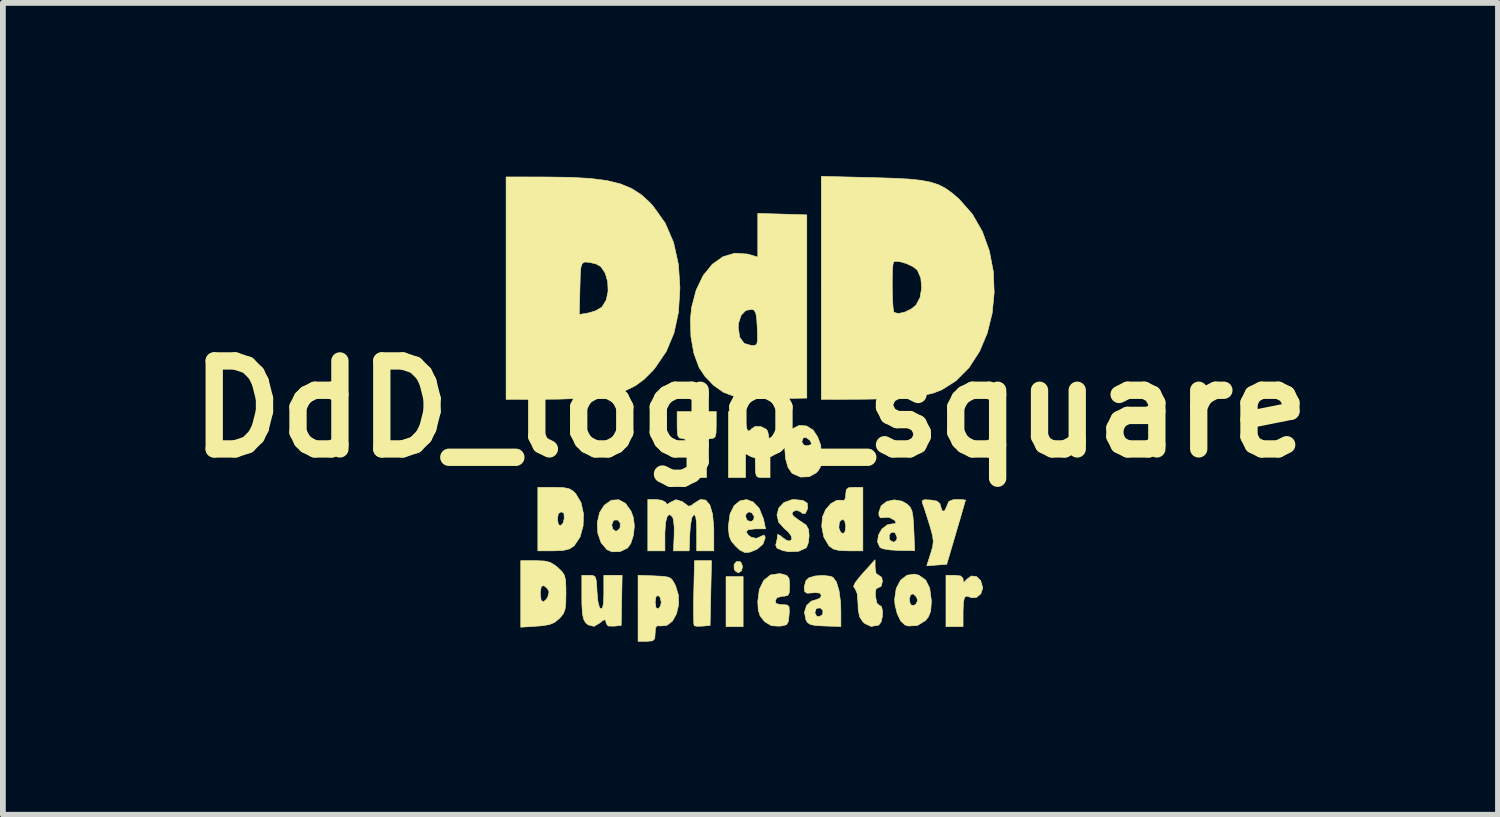
<source format=kicad_pcb>
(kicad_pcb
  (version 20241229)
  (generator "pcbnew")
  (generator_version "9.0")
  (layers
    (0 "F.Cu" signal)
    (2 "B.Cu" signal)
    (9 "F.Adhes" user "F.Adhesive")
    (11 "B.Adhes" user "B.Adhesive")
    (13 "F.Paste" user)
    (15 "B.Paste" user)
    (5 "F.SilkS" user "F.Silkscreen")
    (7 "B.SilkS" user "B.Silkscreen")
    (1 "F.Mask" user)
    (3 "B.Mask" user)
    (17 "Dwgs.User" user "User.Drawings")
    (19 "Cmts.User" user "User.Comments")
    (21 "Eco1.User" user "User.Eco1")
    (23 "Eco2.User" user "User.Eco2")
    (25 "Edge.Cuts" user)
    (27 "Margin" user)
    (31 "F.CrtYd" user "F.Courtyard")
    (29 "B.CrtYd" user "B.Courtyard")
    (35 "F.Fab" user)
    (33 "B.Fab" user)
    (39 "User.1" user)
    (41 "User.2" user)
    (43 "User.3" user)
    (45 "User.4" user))
  (footprint "DdD_logo_square"
    (layer "F.Cu")
    (at 9.95 4.037)
    (property "Reference" "DdD_logo_square" (at 0 0 0) (layer "F.SilkS") (effects (font (size 1.524 1.524) (thickness 0.3))))
    (attr through_hole)
    (fp_poly (pts (xy -0.127 3.768) (xy -0.423 3.768) (xy -0.423 2.9) (xy -0.127 2.9) (xy -0.127 3.768)) (stroke (width 0.01) (type solid)) (fill yes) (layer "F.SilkS"))
    (fp_poly (pts (xy -0.181 2.642) (xy -0.164 2.656) (xy -0.137 2.725) (xy -0.155 2.8) (xy -0.208 2.836) (xy -0.212 2.836) (xy -0.264 2.802) (xy -0.282 2.77) (xy -0.284 2.692) (xy -0.242 2.641) (xy -0.181 2.642)) (stroke (width 0.01) (type solid)) (fill yes) (layer "F.SilkS"))
    (fp_poly (pts (xy -0.687 3.186) (xy -0.699 3.747) (xy -0.827 3.759) (xy -0.924 3.762) (xy -0.975 3.752) (xy -0.982 3.705) (xy -0.985 3.589) (xy -0.986 3.422) (xy -0.983 3.219) (xy -0.982 3.179) (xy -0.969 2.625) (xy -0.675 2.625) (xy -0.687 3.186)) (stroke (width 0.01) (type solid)) (fill yes) (layer "F.SilkS"))
    (fp_poly (pts (xy -0.593 0.275) (xy -0.596 0.41) (xy -0.612 0.48) (xy -0.648 0.506) (xy -0.677 0.508) (xy -0.72 0.515) (xy -0.745 0.548) (xy -0.757 0.623) (xy -0.762 0.757) (xy -0.762 0.847) (xy -0.762 1.185) (xy -1.101 1.185) (xy -1.101 0.847) (xy -1.102 0.678) (xy -1.111 0.577) (xy -1.129 0.526) (xy -1.163 0.509) (xy -1.185 0.508) (xy -1.234 0.498) (xy -1.26 0.454) (xy -1.269 0.357) (xy -1.27 0.275) (xy -1.27 0.042) (xy -0.593 0.042) (xy -0.593 0.275)) (stroke (width 0.01) (type solid)) (fill yes) (layer "F.SilkS"))
    (fp_poly (pts (xy 3.64 2.89) (xy 3.681 2.93) (xy 3.684 2.953) (xy 3.69 3.004) (xy 3.716 2.986) (xy 3.742 2.953) (xy 3.827 2.891) (xy 3.915 2.9) (xy 3.986 2.967) (xy 4.021 3.083) (xy 4.022 3.106) (xy 3.99 3.2) (xy 3.915 3.262) (xy 3.827 3.268) (xy 3.813 3.261) (xy 3.748 3.238) (xy 3.708 3.262) (xy 3.689 3.345) (xy 3.683 3.5) (xy 3.683 3.521) (xy 3.683 3.768) (xy 3.387 3.768) (xy 3.387 2.879) (xy 3.535 2.879) (xy 3.64 2.89)) (stroke (width 0.01) (type solid)) (fill yes) (layer "F.SilkS"))
    (fp_poly (pts (xy -3.249 1.359) (xy -3.148 1.376) (xy -3.078 1.416) (xy -3.027 1.465) (xy -2.935 1.62) (xy -2.892 1.815) (xy -2.899 2.023) (xy -2.952 2.216) (xy -3.053 2.366) (xy -3.058 2.371) (xy -3.134 2.421) (xy -3.241 2.447) (xy -3.405 2.455) (xy -3.416 2.455) (xy -3.683 2.455) (xy -3.683 1.909) (xy -3.344 1.909) (xy -3.327 2) (xy -3.287 2.021) (xy -3.246 1.974) (xy -3.225 1.891) (xy -3.231 1.803) (xy -3.278 1.778) (xy -3.329 1.811) (xy -3.344 1.909) (xy -3.683 1.909) (xy -3.683 1.355) (xy -3.406 1.355) (xy -3.249 1.359)) (stroke (width 0.01) (type solid)) (fill yes) (layer "F.SilkS"))
    (fp_poly (pts (xy -2.164 1.634) (xy -2.07 1.766) (xy -2.028 1.878) (xy -2.011 2.026) (xy -2.028 2.187) (xy -2.073 2.327) (xy -2.128 2.405) (xy -2.257 2.468) (xy -2.397 2.472) (xy -2.484 2.436) (xy -2.587 2.315) (xy -2.644 2.15) (xy -2.651 2.006) (xy -2.403 2.006) (xy -2.385 2.08) (xy -2.332 2.117) (xy -2.328 2.117) (xy -2.276 2.083) (xy -2.258 2.05) (xy -2.256 1.972) (xy -2.298 1.921) (xy -2.359 1.922) (xy -2.376 1.936) (xy -2.403 2.006) (xy -2.651 2.006) (xy -2.653 1.966) (xy -2.613 1.792) (xy -2.534 1.666) (xy -2.409 1.579) (xy -2.281 1.57) (xy -2.164 1.634)) (stroke (width 0.01) (type solid)) (fill yes) (layer "F.SilkS"))
    (fp_poly (pts (xy 2.919 2.878) (xy 3.036 2.962) (xy 3.105 3.101) (xy 3.132 3.306) (xy 3.133 3.348) (xy 3.122 3.497) (xy 3.083 3.599) (xy 3.029 3.664) (xy 2.89 3.75) (xy 2.733 3.757) (xy 2.677 3.739) (xy 2.603 3.671) (xy 2.542 3.544) (xy 2.504 3.388) (xy 2.498 3.297) (xy 2.752 3.297) (xy 2.771 3.387) (xy 2.824 3.405) (xy 2.863 3.382) (xy 2.897 3.319) (xy 2.876 3.254) (xy 2.82 3.199) (xy 2.771 3.218) (xy 2.752 3.297) (xy 2.498 3.297) (xy 2.498 3.292) (xy 2.525 3.107) (xy 2.6 2.965) (xy 2.71 2.878) (xy 2.843 2.858) (xy 2.919 2.878)) (stroke (width 0.01) (type solid)) (fill yes) (layer "F.SilkS"))
    (fp_poly (pts (xy -2.231 3.313) (xy -2.239 3.747) (xy -2.368 3.76) (xy -2.464 3.757) (xy -2.497 3.716) (xy -2.498 3.707) (xy -2.512 3.648) (xy -2.561 3.661) (xy -2.61 3.704) (xy -2.71 3.763) (xy -2.811 3.737) (xy -2.854 3.701) (xy -2.889 3.643) (xy -2.91 3.542) (xy -2.92 3.383) (xy -2.921 3.257) (xy -2.921 2.879) (xy -2.796 2.879) (xy -2.729 2.882) (xy -2.691 2.904) (xy -2.672 2.965) (xy -2.662 3.082) (xy -2.658 3.161) (xy -2.643 3.332) (xy -2.616 3.435) (xy -2.593 3.461) (xy -2.564 3.446) (xy -2.547 3.371) (xy -2.54 3.224) (xy -2.54 3.179) (xy -2.54 2.879) (xy -2.223 2.879) (xy -2.231 3.313)) (stroke (width 0.01) (type solid)) (fill yes) (layer "F.SilkS"))
    (fp_poly (pts (xy -1.662 2.889) (xy -1.509 2.897) (xy -1.418 2.912) (xy -1.363 2.947) (xy -1.321 3.013) (xy -1.297 3.061) (xy -1.248 3.223) (xy -1.245 3.39) (xy -1.281 3.545) (xy -1.35 3.67) (xy -1.446 3.745) (xy -1.55 3.756) (xy -1.619 3.753) (xy -1.646 3.794) (xy -1.651 3.879) (xy -1.658 3.975) (xy -1.696 4.014) (xy -1.791 4.022) (xy -1.799 4.022) (xy -1.947 4.022) (xy -1.947 3.344) (xy -1.651 3.344) (xy -1.637 3.441) (xy -1.598 3.461) (xy -1.557 3.41) (xy -1.545 3.344) (xy -1.565 3.261) (xy -1.598 3.228) (xy -1.638 3.25) (xy -1.651 3.344) (xy -1.947 3.344) (xy -1.947 2.878) (xy -1.662 2.889)) (stroke (width 0.01) (type solid)) (fill yes) (layer "F.SilkS"))
    (fp_poly (pts (xy 0.553 2.858) (xy 0.632 2.884) (xy 0.668 2.933) (xy 0.677 3.033) (xy 0.677 3.064) (xy 0.673 3.176) (xy 0.648 3.227) (xy 0.59 3.24) (xy 0.562 3.24) (xy 0.462 3.264) (xy 0.432 3.313) (xy 0.44 3.365) (xy 0.506 3.385) (xy 0.55 3.387) (xy 0.632 3.392) (xy 0.668 3.422) (xy 0.673 3.501) (xy 0.669 3.567) (xy 0.656 3.68) (xy 0.625 3.734) (xy 0.552 3.754) (xy 0.498 3.76) (xy 0.365 3.752) (xy 0.261 3.692) (xy 0.233 3.666) (xy 0.167 3.582) (xy 0.135 3.481) (xy 0.127 3.335) (xy 0.154 3.123) (xy 0.23 2.967) (xy 0.347 2.873) (xy 0.5 2.85) (xy 0.553 2.858)) (stroke (width 0.01) (type solid)) (fill yes) (layer "F.SilkS"))
    (fp_poly (pts (xy 1.947 2.455) (xy 1.695 2.455) (xy 1.539 2.449) (xy 1.439 2.425) (xy 1.368 2.375) (xy 1.357 2.363) (xy 1.271 2.217) (xy 1.24 2.058) (xy 1.531 2.058) (xy 1.562 2.134) (xy 1.607 2.159) (xy 1.638 2.122) (xy 1.651 2.034) (xy 1.651 2.032) (xy 1.634 1.938) (xy 1.595 1.905) (xy 1.55 1.944) (xy 1.539 1.968) (xy 1.531 2.058) (xy 1.24 2.058) (xy 1.235 2.032) (xy 1.247 1.871) (xy 1.302 1.742) (xy 1.392 1.638) (xy 1.495 1.58) (xy 1.564 1.578) (xy 1.626 1.581) (xy 1.649 1.529) (xy 1.651 1.478) (xy 1.66 1.395) (xy 1.703 1.361) (xy 1.799 1.355) (xy 1.947 1.355) (xy 1.947 2.455)) (stroke (width 0.01) (type solid)) (fill yes) (layer "F.SilkS"))
    (fp_poly (pts (xy 2.159 2.744) (xy 2.176 2.848) (xy 2.223 2.879) (xy 2.274 2.915) (xy 2.286 2.985) (xy 2.263 3.071) (xy 2.22 3.09) (xy 2.176 3.112) (xy 2.164 3.188) (xy 2.167 3.249) (xy 2.189 3.359) (xy 2.228 3.398) (xy 2.233 3.397) (xy 2.271 3.423) (xy 2.288 3.501) (xy 2.284 3.599) (xy 2.262 3.69) (xy 2.221 3.741) (xy 2.219 3.742) (xy 2.09 3.765) (xy 1.981 3.714) (xy 1.947 3.683) (xy 1.892 3.601) (xy 1.867 3.48) (xy 1.863 3.368) (xy 1.851 3.201) (xy 1.815 3.112) (xy 1.804 3.103) (xy 1.786 3.07) (xy 1.814 3.007) (xy 1.895 2.904) (xy 1.952 2.839) (xy 2.159 2.609) (xy 2.159 2.744)) (stroke (width 0.01) (type solid)) (fill yes) (layer "F.SilkS"))
    (fp_poly (pts (xy -3.572 2.631) (xy -3.468 2.655) (xy -3.38 2.71) (xy -3.334 2.748) (xy -3.264 2.816) (xy -3.223 2.879) (xy -3.203 2.963) (xy -3.197 3.093) (xy -3.196 3.192) (xy -3.199 3.36) (xy -3.212 3.469) (xy -3.241 3.544) (xy -3.294 3.61) (xy -3.311 3.627) (xy -3.392 3.694) (xy -3.486 3.733) (xy -3.621 3.754) (xy -3.703 3.76) (xy -3.979 3.778) (xy -3.979 3.196) (xy -3.641 3.196) (xy -3.627 3.307) (xy -3.589 3.341) (xy -3.535 3.295) (xy -3.512 3.257) (xy -3.488 3.167) (xy -3.516 3.109) (xy -3.583 3.053) (xy -3.625 3.077) (xy -3.641 3.182) (xy -3.641 3.196) (xy -3.979 3.196) (xy -3.979 2.625) (xy -3.726 2.625) (xy -3.572 2.631)) (stroke (width 0.01) (type solid)) (fill yes) (layer "F.SilkS"))
    (fp_poly (pts (xy 3.675 1.569) (xy 3.724 1.576) (xy 3.725 1.577) (xy 3.713 1.619) (xy 3.682 1.727) (xy 3.636 1.886) (xy 3.578 2.081) (xy 3.562 2.138) (xy 3.4 2.688) (xy 3.054 2.714) (xy 3.122 2.502) (xy 3.156 2.385) (xy 3.167 2.293) (xy 3.155 2.194) (xy 3.118 2.056) (xy 3.102 2.003) (xy 3.053 1.847) (xy 3.011 1.716) (xy 2.983 1.638) (xy 2.983 1.638) (xy 2.973 1.589) (xy 3.01 1.57) (xy 3.112 1.574) (xy 3.116 1.574) (xy 3.229 1.593) (xy 3.281 1.635) (xy 3.294 1.683) (xy 3.322 1.764) (xy 3.361 1.765) (xy 3.4 1.688) (xy 3.404 1.672) (xy 3.438 1.599) (xy 3.509 1.57) (xy 3.578 1.566) (xy 3.675 1.569)) (stroke (width 0.01) (type solid)) (fill yes) (layer "F.SilkS"))
    (fp_poly (pts (xy -0.138 0.047) (xy -0.096 0.079) (xy -0.085 0.162) (xy -0.085 0.212) (xy -0.072 0.329) (xy -0.039 0.381) (xy 0.007 0.359) (xy 0.021 0.339) (xy 0.088 0.299) (xy 0.184 0.304) (xy 0.27 0.347) (xy 0.295 0.378) (xy 0.315 0.457) (xy 0.33 0.595) (xy 0.338 0.766) (xy 0.339 0.823) (xy 0.339 1.185) (xy 0.212 1.185) (xy 0.141 1.182) (xy 0.103 1.158) (xy 0.088 1.094) (xy 0.085 0.97) (xy 0.085 0.935) (xy 0.078 0.742) (xy 0.057 0.621) (xy 0.016 0.562) (xy -0.026 0.55) (xy -0.057 0.571) (xy -0.076 0.643) (xy -0.084 0.779) (xy -0.085 0.868) (xy -0.085 1.185) (xy -0.381 1.185) (xy -0.381 0.042) (xy -0.233 0.042) (xy -0.138 0.047)) (stroke (width 0.01) (type solid)) (fill yes) (layer "F.SilkS"))
    (fp_poly (pts (xy 0.05 1.611) (xy 0.152 1.721) (xy 0.225 1.9) (xy 0.233 1.937) (xy 0.261 2.074) (xy 0.085 2.074) (xy -0.035 2.088) (xy -0.075 2.126) (xy -0.035 2.185) (xy 0.013 2.219) (xy 0.101 2.24) (xy 0.169 2.211) (xy 0.233 2.181) (xy 0.253 2.21) (xy 0.254 2.237) (xy 0.215 2.34) (xy 0.112 2.428) (xy -0.01 2.478) (xy -0.099 2.484) (xy -0.183 2.442) (xy -0.253 2.378) (xy -0.33 2.289) (xy -0.368 2.198) (xy -0.381 2.071) (xy -0.381 2.02) (xy -0.36 1.863) (xy -0.085 1.863) (xy -0.054 1.932) (xy 0.012 1.947) (xy 0.054 1.922) (xy 0.065 1.863) (xy 0.028 1.801) (xy -0.026 1.778) (xy -0.074 1.813) (xy -0.085 1.863) (xy -0.36 1.863) (xy -0.354 1.817) (xy -0.283 1.672) (xy -0.182 1.589) (xy -0.066 1.567) (xy 0.05 1.611)) (stroke (width 0.01) (type solid)) (fill yes) (layer "F.SilkS"))
    (fp_poly (pts (xy 2.626 1.595) (xy 2.715 1.647) (xy 2.765 1.697) (xy 2.797 1.761) (xy 2.815 1.861) (xy 2.827 2.017) (xy 2.83 2.09) (xy 2.845 2.452) (xy 2.568 2.448) (xy 2.418 2.439) (xy 2.301 2.42) (xy 2.246 2.398) (xy 2.201 2.302) (xy 2.216 2.187) (xy 2.217 2.185) (xy 2.403 2.185) (xy 2.407 2.253) (xy 2.42 2.274) (xy 2.483 2.307) (xy 2.531 2.27) (xy 2.54 2.223) (xy 2.51 2.149) (xy 2.493 2.135) (xy 2.437 2.134) (xy 2.403 2.185) (xy 2.217 2.185) (xy 2.275 2.079) (xy 2.368 2.006) (xy 2.442 1.99) (xy 2.515 1.983) (xy 2.517 1.952) (xy 2.495 1.923) (xy 2.402 1.874) (xy 2.329 1.877) (xy 2.25 1.883) (xy 2.225 1.838) (xy 2.225 1.786) (xy 2.265 1.674) (xy 2.361 1.6) (xy 2.489 1.572) (xy 2.626 1.595)) (stroke (width 0.01) (type solid)) (fill yes) (layer "F.SilkS"))
    (fp_poly (pts (xy 0.969 0.291) (xy 1.086 0.363) (xy 1.166 0.485) (xy 1.218 0.628) (xy 1.221 0.713) (xy 1.173 0.753) (xy 1.082 0.762) (xy 0.978 0.772) (xy 0.916 0.796) (xy 0.913 0.8) (xy 0.917 0.855) (xy 0.979 0.902) (xy 1.07 0.924) (xy 1.122 0.921) (xy 1.206 0.925) (xy 1.226 0.975) (xy 1.18 1.059) (xy 1.143 1.101) (xy 1.018 1.171) (xy 0.87 1.177) (xy 0.73 1.117) (xy 0.719 1.109) (xy 0.651 1.009) (xy 0.608 0.858) (xy 0.595 0.686) (xy 0.61 0.566) (xy 0.888 0.566) (xy 0.925 0.623) (xy 0.974 0.635) (xy 1.042 0.619) (xy 1.058 0.598) (xy 1.031 0.541) (xy 0.972 0.497) (xy 0.92 0.491) (xy 0.917 0.494) (xy 0.888 0.566) (xy 0.61 0.566) (xy 0.615 0.525) (xy 0.633 0.472) (xy 0.721 0.344) (xy 0.84 0.284) (xy 0.969 0.291)) (stroke (width 0.01) (type solid)) (fill yes) (layer "F.SilkS"))
    (fp_poly (pts (xy 1.385 2.896) (xy 1.43 2.914) (xy 1.489 2.995) (xy 1.534 3.144) (xy 1.561 3.344) (xy 1.566 3.502) (xy 1.566 3.766) (xy 1.286 3.757) (xy 1.132 3.749) (xy 1.041 3.732) (xy 0.99 3.699) (xy 0.961 3.651) (xy 0.937 3.526) (xy 1.115 3.526) (xy 1.145 3.585) (xy 1.185 3.598) (xy 1.24 3.567) (xy 1.251 3.552) (xy 1.256 3.488) (xy 1.211 3.444) (xy 1.15 3.45) (xy 1.138 3.459) (xy 1.115 3.526) (xy 0.937 3.526) (xy 0.936 3.519) (xy 0.972 3.402) (xy 1.057 3.325) (xy 1.112 3.31) (xy 1.202 3.278) (xy 1.228 3.231) (xy 1.206 3.188) (xy 1.13 3.179) (xy 1.079 3.183) (xy 0.98 3.189) (xy 0.94 3.162) (xy 0.931 3.086) (xy 0.931 3.083) (xy 0.962 2.97) (xy 1.013 2.922) (xy 1.124 2.89) (xy 1.262 2.881) (xy 1.385 2.896)) (stroke (width 0.01) (type solid)) (fill yes) (layer "F.SilkS"))
    (fp_poly (pts (xy 0.911 1.582) (xy 0.984 1.63) (xy 0.991 1.715) (xy 0.988 1.727) (xy 0.952 1.807) (xy 0.9 1.807) (xy 0.859 1.773) (xy 0.792 1.75) (xy 0.733 1.779) (xy 0.72 1.819) (xy 0.753 1.861) (xy 0.835 1.922) (xy 0.868 1.942) (xy 0.966 2.011) (xy 1.008 2.088) (xy 1.016 2.195) (xy 1.003 2.313) (xy 0.972 2.395) (xy 0.963 2.404) (xy 0.834 2.463) (xy 0.667 2.471) (xy 0.557 2.45) (xy 0.46 2.408) (xy 0.437 2.356) (xy 0.441 2.344) (xy 0.464 2.244) (xy 0.466 2.212) (xy 0.473 2.17) (xy 0.51 2.187) (xy 0.543 2.216) (xy 0.622 2.27) (xy 0.67 2.286) (xy 0.717 2.261) (xy 0.708 2.2) (xy 0.65 2.122) (xy 0.593 2.074) (xy 0.49 1.961) (xy 0.459 1.834) (xy 0.491 1.713) (xy 0.58 1.618) (xy 0.719 1.569) (xy 0.765 1.567) (xy 0.911 1.582)) (stroke (width 0.01) (type solid)) (fill yes) (layer "F.SilkS"))
    (fp_poly (pts (xy -1.531 1.58) (xy -1.472 1.614) (xy -1.469 1.619) (xy -1.441 1.651) (xy -1.394 1.619) (xy -1.291 1.569) (xy -1.179 1.603) (xy -1.136 1.636) (xy -1.071 1.683) (xy -1.019 1.668) (xy -0.981 1.636) (xy -0.868 1.566) (xy -0.774 1.576) (xy -0.703 1.662) (xy -0.656 1.822) (xy -0.636 2.051) (xy -0.635 2.105) (xy -0.635 2.455) (xy -0.931 2.455) (xy -0.931 2.134) (xy -0.935 1.963) (xy -0.948 1.865) (xy -0.972 1.83) (xy -0.984 1.831) (xy -1.017 1.884) (xy -1.04 2.016) (xy -1.05 2.152) (xy -1.062 2.455) (xy -1.198 2.455) (xy -1.333 2.456) (xy -1.322 2.191) (xy -1.321 2.042) (xy -1.333 1.923) (xy -1.349 1.868) (xy -1.401 1.823) (xy -1.442 1.857) (xy -1.47 1.963) (xy -1.482 2.136) (xy -1.482 2.161) (xy -1.482 2.455) (xy -1.778 2.455) (xy -1.778 1.566) (xy -1.633 1.566) (xy -1.531 1.58)) (stroke (width 0.01) (type solid)) (fill yes) (layer "F.SilkS"))
    (fp_poly (pts (xy -3.524 -4.021) (xy -3.108 -4.015) (xy -2.765 -3.995) (xy -2.483 -3.958) (xy -2.251 -3.901) (xy -2.058 -3.821) (xy -1.893 -3.715) (xy -1.743 -3.579) (xy -1.689 -3.52) (xy -1.478 -3.224) (xy -1.332 -2.887) (xy -1.247 -2.5) (xy -1.222 -2.099) (xy -1.247 -1.68) (xy -1.325 -1.317) (xy -1.459 -0.998) (xy -1.656 -0.71) (xy -1.699 -0.659) (xy -1.839 -0.519) (xy -1.99 -0.407) (xy -2.165 -0.321) (xy -2.374 -0.257) (xy -2.627 -0.213) (xy -2.937 -0.186) (xy -3.314 -0.173) (xy -3.567 -0.171) (xy -4.233 -0.169) (xy -4.233 -1.639) (xy -2.966 -1.639) (xy -2.809 -1.665) (xy -2.68 -1.704) (xy -2.577 -1.765) (xy -2.57 -1.772) (xy -2.497 -1.892) (xy -2.466 -2.044) (xy -2.473 -2.207) (xy -2.516 -2.356) (xy -2.591 -2.468) (xy -2.678 -2.517) (xy -2.793 -2.542) (xy -2.869 -2.549) (xy -2.914 -2.524) (xy -2.938 -2.455) (xy -2.948 -2.33) (xy -2.953 -2.134) (xy -2.954 -2.1) (xy -2.966 -1.639) (xy -4.233 -1.639) (xy -4.233 -4.022) (xy -3.524 -4.021)) (stroke (width 0.01) (type solid)) (fill yes) (layer "F.SilkS"))
    (fp_poly (pts (xy 0.551 -3.378) (xy 0.976 -3.365) (xy 0.976 -1.778) (xy 0.976 -0.191) (xy 0.456 -0.183) (xy 0.253 -0.181) (xy 0.079 -0.181) (xy -0.046 -0.184) (xy -0.105 -0.19) (xy -0.106 -0.19) (xy -0.173 -0.206) (xy -0.284 -0.227) (xy -0.309 -0.232) (xy -0.469 -0.292) (xy -0.637 -0.411) (xy -0.788 -0.567) (xy -0.891 -0.724) (xy -0.98 -0.967) (xy -1.031 -1.255) (xy -1.036 -1.415) (xy -0.212 -1.415) (xy -0.186 -1.244) (xy -0.108 -1.138) (xy 0.019 -1.101) (xy 0.026 -1.101) (xy 0.08 -1.104) (xy 0.11 -1.128) (xy 0.122 -1.189) (xy 0.122 -1.306) (xy 0.118 -1.407) (xy 0.108 -1.57) (xy 0.092 -1.666) (xy 0.064 -1.713) (xy 0.029 -1.728) (xy -0.079 -1.711) (xy -0.161 -1.626) (xy -0.207 -1.488) (xy -0.212 -1.415) (xy -1.036 -1.415) (xy -1.04 -1.558) (xy -1.019 -1.763) (xy -0.94 -2.063) (xy -0.819 -2.314) (xy -0.661 -2.509) (xy -0.476 -2.64) (xy -0.27 -2.701) (xy -0.051 -2.686) (xy -0.016 -2.677) (xy 0.127 -2.633) (xy 0.127 -3.39) (xy 0.551 -3.378)) (stroke (width 0.01) (type solid)) (fill yes) (layer "F.SilkS"))
    (fp_poly (pts (xy 2.106 -4.011) (xy 2.454 -4) (xy 2.731 -3.986) (xy 2.949 -3.964) (xy 3.122 -3.931) (xy 3.263 -3.885) (xy 3.384 -3.821) (xy 3.5 -3.737) (xy 3.614 -3.638) (xy 3.844 -3.378) (xy 4.018 -3.074) (xy 4.139 -2.738) (xy 4.207 -2.383) (xy 4.222 -2.02) (xy 4.187 -1.661) (xy 4.102 -1.316) (xy 3.968 -0.998) (xy 3.786 -0.718) (xy 3.558 -0.489) (xy 3.315 -0.335) (xy 3.165 -0.277) (xy 2.974 -0.234) (xy 2.733 -0.202) (xy 2.431 -0.182) (xy 2.059 -0.173) (xy 1.873 -0.171) (xy 1.228 -0.169) (xy 1.228 -2.229) (xy 2.456 -2.229) (xy 2.457 -2.06) (xy 2.461 -1.898) (xy 2.47 -1.766) (xy 2.482 -1.687) (xy 2.487 -1.676) (xy 2.56 -1.656) (xy 2.669 -1.678) (xy 2.784 -1.733) (xy 2.868 -1.801) (xy 2.938 -1.933) (xy 2.966 -2.101) (xy 2.951 -2.271) (xy 2.893 -2.405) (xy 2.889 -2.41) (xy 2.814 -2.469) (xy 2.704 -2.521) (xy 2.59 -2.554) (xy 2.502 -2.56) (xy 2.479 -2.549) (xy 2.467 -2.496) (xy 2.459 -2.382) (xy 2.456 -2.229) (xy 1.228 -2.229) (xy 1.228 -4.032) (xy 2.106 -4.011)) (stroke (width 0.01) (type solid)) (fill yes) (layer "F.SilkS")))
  (gr_rect
    (start -3 -3)
    (end 22.899 11.064)
    (stroke (width 0.1) (type default))
    (fill no)
    (layer "Edge.Cuts")))
</source>
